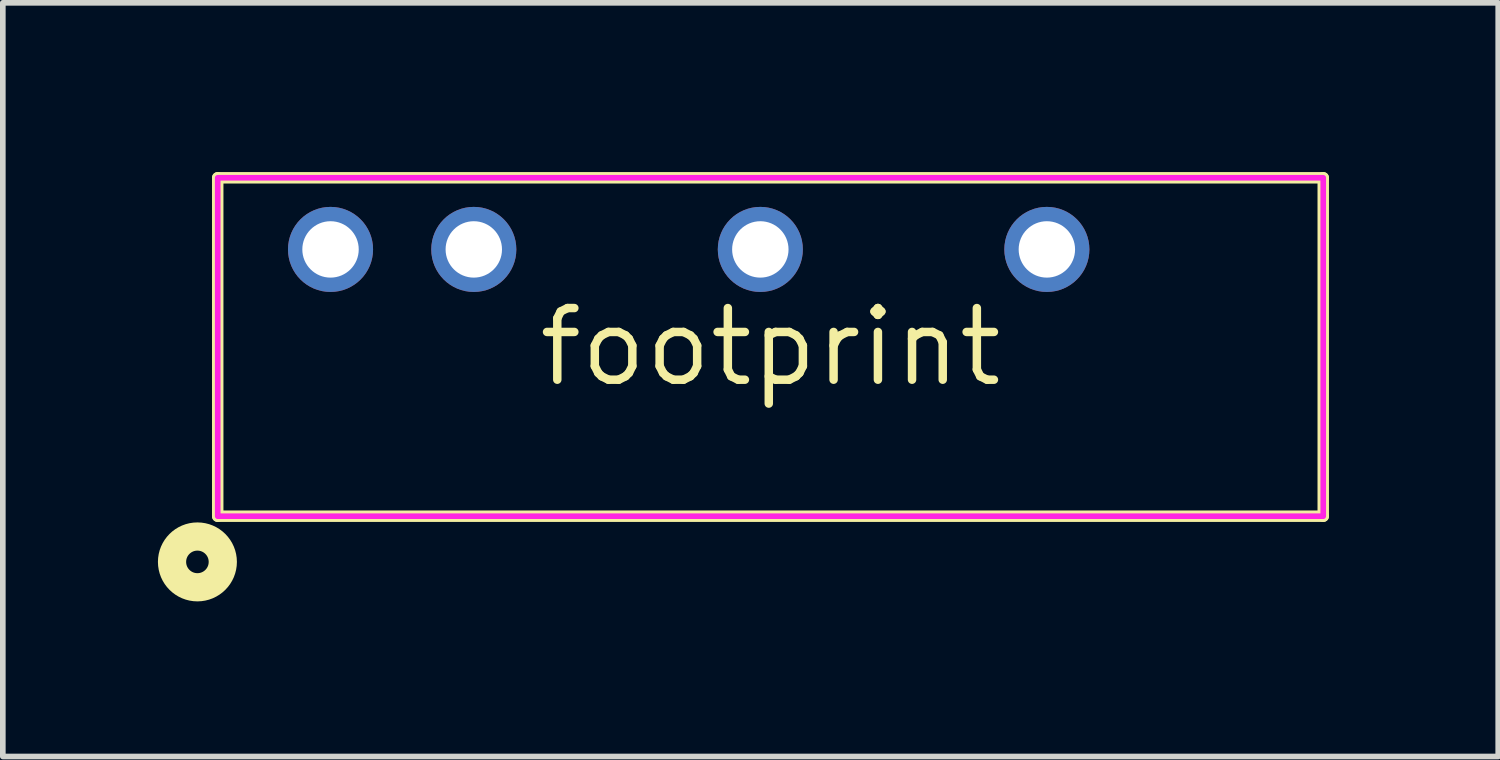
<source format=kicad_pcb>
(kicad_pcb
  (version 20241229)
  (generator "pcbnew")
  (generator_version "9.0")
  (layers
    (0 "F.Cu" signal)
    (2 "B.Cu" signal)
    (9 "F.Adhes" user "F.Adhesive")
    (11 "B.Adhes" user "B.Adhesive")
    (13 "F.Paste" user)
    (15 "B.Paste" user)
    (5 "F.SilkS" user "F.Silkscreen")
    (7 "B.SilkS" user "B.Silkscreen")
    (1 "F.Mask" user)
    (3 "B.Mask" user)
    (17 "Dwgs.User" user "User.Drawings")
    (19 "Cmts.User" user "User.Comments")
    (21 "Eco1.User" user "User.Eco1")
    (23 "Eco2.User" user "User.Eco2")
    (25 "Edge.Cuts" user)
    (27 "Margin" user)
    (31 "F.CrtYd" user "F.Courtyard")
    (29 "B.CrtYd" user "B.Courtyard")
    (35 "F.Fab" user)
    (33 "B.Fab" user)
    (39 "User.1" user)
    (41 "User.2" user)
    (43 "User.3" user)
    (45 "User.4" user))
  (footprint "footprint"
    (layer "F.Cu")
    (at 10.61 3.102)
    (property "Reference" "footprint" (at 0 0 0) (layer "F.SilkS") (effects (font (size 1.27 1.27) (thickness 0.15))))
    (fp_line (start -9.8 -3) (end -9.8 3) (stroke (width 0.203) (type solid)) (layer "F.SilkS"))
    (fp_line (start -9.8 3) (end 9.8 3) (stroke (width 0.203) (type solid)) (layer "F.SilkS"))
    (fp_line (start 9.8 -3) (end -9.8 -3) (stroke (width 0.203) (type solid)) (layer "F.SilkS"))
    (fp_line (start 9.8 3) (end 9.8 -3) (stroke (width 0.203) (type solid)) (layer "F.SilkS"))
    (fp_circle (center -10.16 3.81) (end -9.96 3.81) (stroke (width 0.5) (type solid)) (fill no) (layer "F.SilkS"))
    (fp_poly (pts (xy -9.8 3) (xy 9.8 3) (xy 9.8 -3) (xy -9.8 -3)) (stroke (width 0.1) (type solid)) (fill no) (layer "F.CrtYd"))
    (pad "1" thru_hole circle (at -7.8 -1.73) (size 1.508 1.508) (drill 1) (layers "*.Cu" "*.Mask"))
    (pad "2" thru_hole circle (at -5.26 -1.73) (size 1.508 1.508) (drill 1) (layers "*.Cu" "*.Mask"))
    (pad "4" thru_hole circle (at -0.18 -1.73) (size 1.508 1.508) (drill 1) (layers "*.Cu" "*.Mask"))
    (pad "6" thru_hole circle (at 4.9 -1.73) (size 1.508 1.508) (drill 1) (layers "*.Cu" "*.Mask")))
  (gr_rect
    (start -3 -3)
    (end 23.512 10.362)
    (stroke (width 0.1) (type default))
    (fill no)
    (layer "Edge.Cuts")))
</source>
